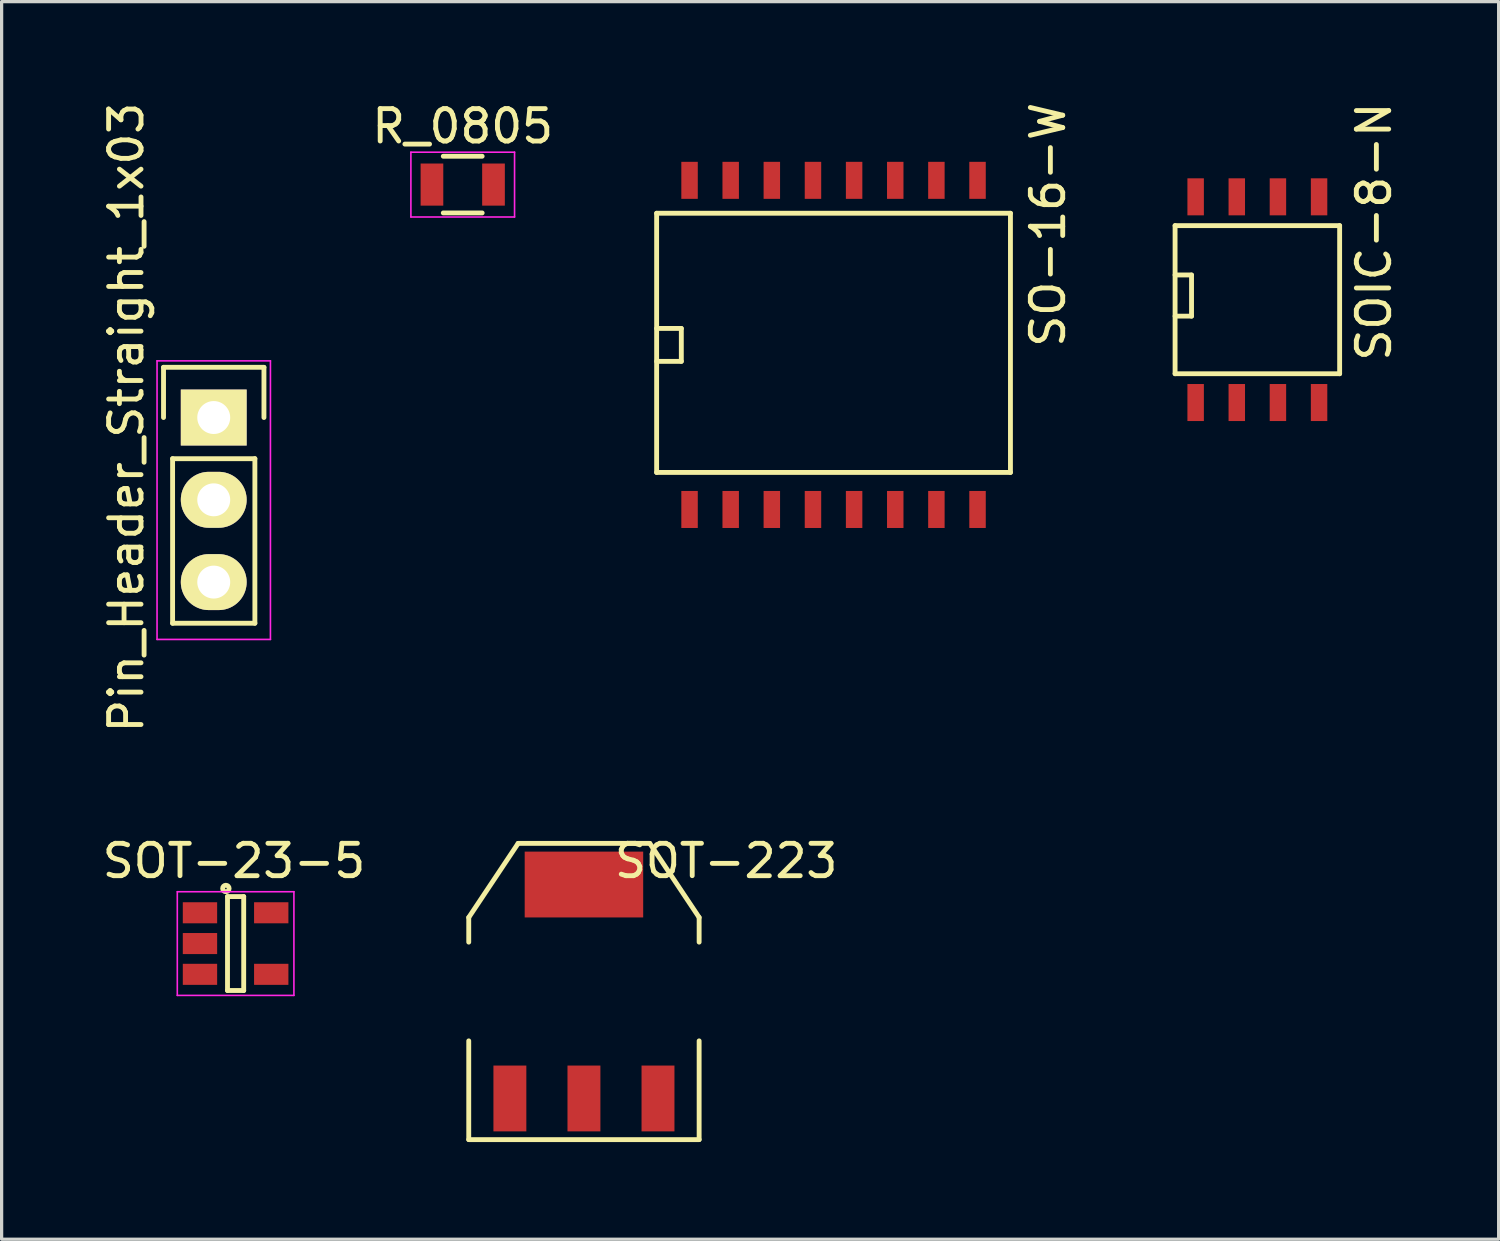
<source format=kicad_pcb>
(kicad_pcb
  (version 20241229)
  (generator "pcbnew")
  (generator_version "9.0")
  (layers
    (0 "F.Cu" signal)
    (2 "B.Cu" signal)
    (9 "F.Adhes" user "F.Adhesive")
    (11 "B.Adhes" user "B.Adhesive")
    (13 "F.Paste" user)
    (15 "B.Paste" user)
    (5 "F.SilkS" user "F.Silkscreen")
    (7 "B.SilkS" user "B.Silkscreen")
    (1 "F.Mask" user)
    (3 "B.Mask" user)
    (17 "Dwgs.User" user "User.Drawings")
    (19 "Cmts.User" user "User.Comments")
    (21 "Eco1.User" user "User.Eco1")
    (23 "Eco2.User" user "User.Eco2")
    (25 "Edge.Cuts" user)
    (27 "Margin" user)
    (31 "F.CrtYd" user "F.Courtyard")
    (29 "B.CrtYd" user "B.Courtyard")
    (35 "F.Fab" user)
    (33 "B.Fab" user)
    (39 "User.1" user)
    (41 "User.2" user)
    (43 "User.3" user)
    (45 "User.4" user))
  (footprint "SOT-23-5"
    (layer "F.Cu")
    (at 4.223 26.077)
    (property "Reference" "SOT-23-5" (at -0.05 -2.55 0) (layer "F.SilkS") (effects (font (size 1 1) (thickness 0.15))))
    (attr smd)
    (fp_line (start -0.25 -1.45) (end -0.25 1.45) (stroke (width 0.15) (type solid)) (layer "F.SilkS"))
    (fp_line (start -0.25 1.45) (end 0.25 1.45) (stroke (width 0.15) (type solid)) (layer "F.SilkS"))
    (fp_line (start 0.25 -1.45) (end -0.25 -1.45) (stroke (width 0.15) (type solid)) (layer "F.SilkS"))
    (fp_line (start 0.25 1.45) (end 0.25 -1.45) (stroke (width 0.15) (type solid)) (layer "F.SilkS"))
    (fp_circle (center -0.3 -1.7) (end -0.2 -1.7) (stroke (width 0.15) (type solid)) (fill no) (layer "F.SilkS"))
    (fp_line (start -1.8 -1.6) (end 1.8 -1.6) (stroke (width 0.05) (type solid)) (layer "F.CrtYd"))
    (fp_line (start -1.8 1.6) (end -1.8 -1.6) (stroke (width 0.05) (type solid)) (layer "F.CrtYd"))
    (fp_line (start 1.8 -1.6) (end 1.8 1.6) (stroke (width 0.05) (type solid)) (layer "F.CrtYd"))
    (fp_line (start 1.8 1.6) (end -1.8 1.6) (stroke (width 0.05) (type solid)) (layer "F.CrtYd"))
    (pad "1" smd rect (at -1.1 -0.95) (size 1.06 0.65) (layers "F.Cu" "F.Mask" "F.Paste"))
    (pad "2" smd rect (at -1.1 0) (size 1.06 0.65) (layers "F.Cu" "F.Mask" "F.Paste"))
    (pad "3" smd rect (at -1.1 0.95) (size 1.06 0.65) (layers "F.Cu" "F.Mask" "F.Paste"))
    (pad "4" smd rect (at 1.1 0.95) (size 1.06 0.65) (layers "F.Cu" "F.Mask" "F.Paste"))
    (pad "5" smd rect (at 1.1 -0.95) (size 1.06 0.65) (layers "F.Cu" "F.Mask" "F.Paste")))
  (footprint "SOT-223"
    (layer "F.Cu")
    (at 14.976 27.557)
    (property "Reference" "SOT-223" (at 4.39 -4.03 0) (layer "F.SilkS") (effects (font (size 1 1) (thickness 0.15))))
    (attr smd)
    (fp_line (start -3.556 -2.286) (end -2.032 -4.572) (stroke (width 0.15) (type solid)) (layer "F.SilkS"))
    (fp_line (start -3.556 -1.524) (end -3.556 -2.286) (stroke (width 0.15) (type solid)) (layer "F.SilkS"))
    (fp_line (start -3.556 1.524) (end -3.556 4.572) (stroke (width 0.15) (type solid)) (layer "F.SilkS"))
    (fp_line (start -3.556 4.572) (end 3.556 4.572) (stroke (width 0.15) (type solid)) (layer "F.SilkS"))
    (fp_line (start -2.032 -4.572) (end 2.032 -4.572) (stroke (width 0.15) (type solid)) (layer "F.SilkS"))
    (fp_line (start 2.032 -4.572) (end 3.556 -2.286) (stroke (width 0.15) (type solid)) (layer "F.SilkS"))
    (fp_line (start 3.556 -2.286) (end 3.556 -1.524) (stroke (width 0.15) (type solid)) (layer "F.SilkS"))
    (fp_line (start 3.556 4.572) (end 3.556 1.524) (stroke (width 0.15) (type solid)) (layer "F.SilkS"))
    (pad "1" smd rect (at -2.286 3.302) (size 1.016 2.032) (layers "F.Cu" "F.Mask" "F.Paste"))
    (pad "2" smd rect (at 0 3.302) (size 1.016 2.032) (layers "F.Cu" "F.Mask" "F.Paste"))
    (pad "3" smd rect (at 2.286 3.302) (size 1.016 2.032) (layers "F.Cu" "F.Mask" "F.Paste"))
    (pad "4" smd rect (at 0 -3.302) (size 3.658 2.032) (layers "F.Cu" "F.Mask" "F.Paste")))
  (footprint "R_0805"
    (layer "F.Cu")
    (at 11.234 2.648)
    (property "Reference" "R_0805" (at 0 -1.8 0) (layer "F.SilkS") (effects (font (size 1 1) (thickness 0.15))))
    (attr smd)
    (fp_line (start -0.6 -0.875) (end 0.6 -0.875) (stroke (width 0.15) (type solid)) (layer "F.SilkS"))
    (fp_line (start 0.6 0.875) (end -0.6 0.875) (stroke (width 0.15) (type solid)) (layer "F.SilkS"))
    (fp_line (start -1.6 -1) (end -1.6 1) (stroke (width 0.05) (type solid)) (layer "F.CrtYd"))
    (fp_line (start -1.6 -1) (end 1.6 -1) (stroke (width 0.05) (type solid)) (layer "F.CrtYd"))
    (fp_line (start -1.6 1) (end 1.6 1) (stroke (width 0.05) (type solid)) (layer "F.CrtYd"))
    (fp_line (start 1.6 -1) (end 1.6 1) (stroke (width 0.05) (type solid)) (layer "F.CrtYd"))
    (pad "1" smd rect (at -0.95 0) (size 0.7 1.3) (layers "F.Cu" "F.Mask" "F.Paste"))
    (pad "2" smd rect (at 0.95 0) (size 0.7 1.3) (layers "F.Cu" "F.Mask" "F.Paste")))
  (footprint "Pin_Header_Straight_1x03"
    (layer "F.Cu")
    (at 3.548 9.839)
    (property "Reference" "Pin_Header_Straight_1x03" (at -2.7 0 90) (layer "F.SilkS") (effects (font (size 1 1) (thickness 0.15))))
    (attr through_hole)
    (fp_line (start -1.55 -1.55) (end 1.55 -1.55) (stroke (width 0.15) (type solid)) (layer "F.SilkS"))
    (fp_line (start -1.55 0) (end -1.55 -1.55) (stroke (width 0.15) (type solid)) (layer "F.SilkS"))
    (fp_line (start -1.27 1.27) (end -1.27 6.35) (stroke (width 0.15) (type solid)) (layer "F.SilkS"))
    (fp_line (start -1.27 6.35) (end 1.27 6.35) (stroke (width 0.15) (type solid)) (layer "F.SilkS"))
    (fp_line (start 1.27 1.27) (end -1.27 1.27) (stroke (width 0.15) (type solid)) (layer "F.SilkS"))
    (fp_line (start 1.27 6.35) (end 1.27 1.27) (stroke (width 0.15) (type solid)) (layer "F.SilkS"))
    (fp_line (start 1.55 -1.55) (end 1.55 0) (stroke (width 0.15) (type solid)) (layer "F.SilkS"))
    (fp_line (start -1.75 -1.75) (end -1.75 6.85) (stroke (width 0.05) (type solid)) (layer "F.CrtYd"))
    (fp_line (start -1.75 -1.75) (end 1.75 -1.75) (stroke (width 0.05) (type solid)) (layer "F.CrtYd"))
    (fp_line (start -1.75 6.85) (end 1.75 6.85) (stroke (width 0.05) (type solid)) (layer "F.CrtYd"))
    (fp_line (start 1.75 -1.75) (end 1.75 6.85) (stroke (width 0.05) (type solid)) (layer "F.CrtYd"))
    (pad "1" thru_hole rect (at 0 0) (size 2.032 1.727) (drill 1.016) (layers "*.Cu" "*.Mask" "F.SilkS"))
    (pad "2" thru_hole oval (at 0 2.54) (size 2.032 1.727) (drill 1.016) (layers "*.Cu" "*.Mask" "F.SilkS"))
    (pad "3" thru_hole oval (at 0 5.08) (size 2.032 1.727) (drill 1.016) (layers "*.Cu" "*.Mask" "F.SilkS")))
  (footprint "SOIC-8-N"
    (layer "F.Cu")
    (at 35.764 6.201)
    (property "Reference" "SOIC-8-N" (at 3.6 -2.1 90) (layer "F.SilkS") (effects (font (size 1 1) (thickness 0.15))))
    (attr smd)
    (fp_line (start -2.54 -2.286) (end 2.54 -2.286) (stroke (width 0.15) (type solid)) (layer "F.SilkS"))
    (fp_line (start -2.54 -0.762) (end -2.032 -0.762) (stroke (width 0.15) (type solid)) (layer "F.SilkS"))
    (fp_line (start -2.54 2.286) (end -2.54 -2.286) (stroke (width 0.15) (type solid)) (layer "F.SilkS"))
    (fp_line (start -2.032 -0.762) (end -2.032 0.508) (stroke (width 0.15) (type solid)) (layer "F.SilkS"))
    (fp_line (start -2.032 0.508) (end -2.54 0.508) (stroke (width 0.15) (type solid)) (layer "F.SilkS"))
    (fp_line (start 2.54 -2.286) (end 2.54 2.286) (stroke (width 0.15) (type solid)) (layer "F.SilkS"))
    (fp_line (start 2.54 2.286) (end -2.54 2.286) (stroke (width 0.15) (type solid)) (layer "F.SilkS"))
    (pad "1" smd rect (at -1.905 3.175) (size 0.508 1.143) (layers "F.Cu" "F.Mask" "F.Paste"))
    (pad "2" smd rect (at -0.635 3.175) (size 0.508 1.143) (layers "F.Cu" "F.Mask" "F.Paste"))
    (pad "3" smd rect (at 0.635 3.175) (size 0.508 1.143) (layers "F.Cu" "F.Mask" "F.Paste"))
    (pad "4" smd rect (at 1.905 3.175) (size 0.508 1.143) (layers "F.Cu" "F.Mask" "F.Paste"))
    (pad "5" smd rect (at 1.905 -3.175) (size 0.508 1.143) (layers "F.Cu" "F.Mask" "F.Paste"))
    (pad "6" smd rect (at 0.635 -3.175) (size 0.508 1.143) (layers "F.Cu" "F.Mask" "F.Paste"))
    (pad "7" smd rect (at -0.635 -3.175) (size 0.508 1.143) (layers "F.Cu" "F.Mask" "F.Paste"))
    (pad "8" smd rect (at -1.905 -3.175) (size 0.508 1.143) (layers "F.Cu" "F.Mask" "F.Paste")))
  (footprint "SO-16-W"
    (layer "F.Cu")
    (at 22.681 7.597)
    (property "Reference" "SO-16-W" (at 6.62 -3.71 90) (layer "F.SilkS") (effects (font (size 1 1) (thickness 0.15))))
    (attr smd)
    (fp_line (start -5.461 -4.064) (end 5.461 -4.064) (stroke (width 0.15) (type solid)) (layer "F.SilkS"))
    (fp_line (start -5.461 -0.508) (end -4.699 -0.508) (stroke (width 0.15) (type solid)) (layer "F.SilkS"))
    (fp_line (start -5.461 3.937) (end -5.461 -4.064) (stroke (width 0.15) (type solid)) (layer "F.SilkS"))
    (fp_line (start -4.699 -0.508) (end -4.699 0.508) (stroke (width 0.15) (type solid)) (layer "F.SilkS"))
    (fp_line (start -4.699 0.508) (end -5.461 0.508) (stroke (width 0.15) (type solid)) (layer "F.SilkS"))
    (fp_line (start 5.461 -4.064) (end 5.461 3.937) (stroke (width 0.15) (type solid)) (layer "F.SilkS"))
    (fp_line (start 5.461 3.937) (end -5.461 3.937) (stroke (width 0.15) (type solid)) (layer "F.SilkS"))
    (pad "1" smd rect (at -4.445 5.08) (size 0.508 1.143) (layers "F.Cu" "F.Mask" "F.Paste"))
    (pad "2" smd rect (at -3.175 5.08) (size 0.508 1.143) (layers "F.Cu" "F.Mask" "F.Paste"))
    (pad "3" smd rect (at -1.905 5.08) (size 0.508 1.143) (layers "F.Cu" "F.Mask" "F.Paste"))
    (pad "4" smd rect (at -0.635 5.08) (size 0.508 1.143) (layers "F.Cu" "F.Mask" "F.Paste"))
    (pad "5" smd rect (at 0.635 5.08) (size 0.508 1.143) (layers "F.Cu" "F.Mask" "F.Paste"))
    (pad "6" smd rect (at 1.905 5.08) (size 0.508 1.143) (layers "F.Cu" "F.Mask" "F.Paste"))
    (pad "7" smd rect (at 3.175 5.08) (size 0.508 1.143) (layers "F.Cu" "F.Mask" "F.Paste"))
    (pad "8" smd rect (at 4.445 5.08) (size 0.508 1.143) (layers "F.Cu" "F.Mask" "F.Paste"))
    (pad "9" smd rect (at 4.445 -5.08) (size 0.508 1.143) (layers "F.Cu" "F.Mask" "F.Paste"))
    (pad "10" smd rect (at 3.175 -5.08) (size 0.508 1.143) (layers "F.Cu" "F.Mask" "F.Paste"))
    (pad "11" smd rect (at 1.905 -5.08) (size 0.508 1.143) (layers "F.Cu" "F.Mask" "F.Paste"))
    (pad "12" smd rect (at 0.635 -5.08) (size 0.508 1.143) (layers "F.Cu" "F.Mask" "F.Paste"))
    (pad "13" smd rect (at -0.635 -5.08) (size 0.508 1.143) (layers "F.Cu" "F.Mask" "F.Paste"))
    (pad "14" smd rect (at -1.905 -5.08) (size 0.508 1.143) (layers "F.Cu" "F.Mask" "F.Paste"))
    (pad "15" smd rect (at -3.175 -5.08) (size 0.508 1.143) (layers "F.Cu" "F.Mask" "F.Paste"))
    (pad "16" smd rect (at -4.445 -5.08) (size 0.508 1.143) (layers "F.Cu" "F.Mask" "F.Paste")))
  (gr_rect
    (start -3 -3)
    (end 43.212 35.204)
    (stroke (width 0.1) (type default))
    (fill no)
    (layer "Edge.Cuts")))
</source>
